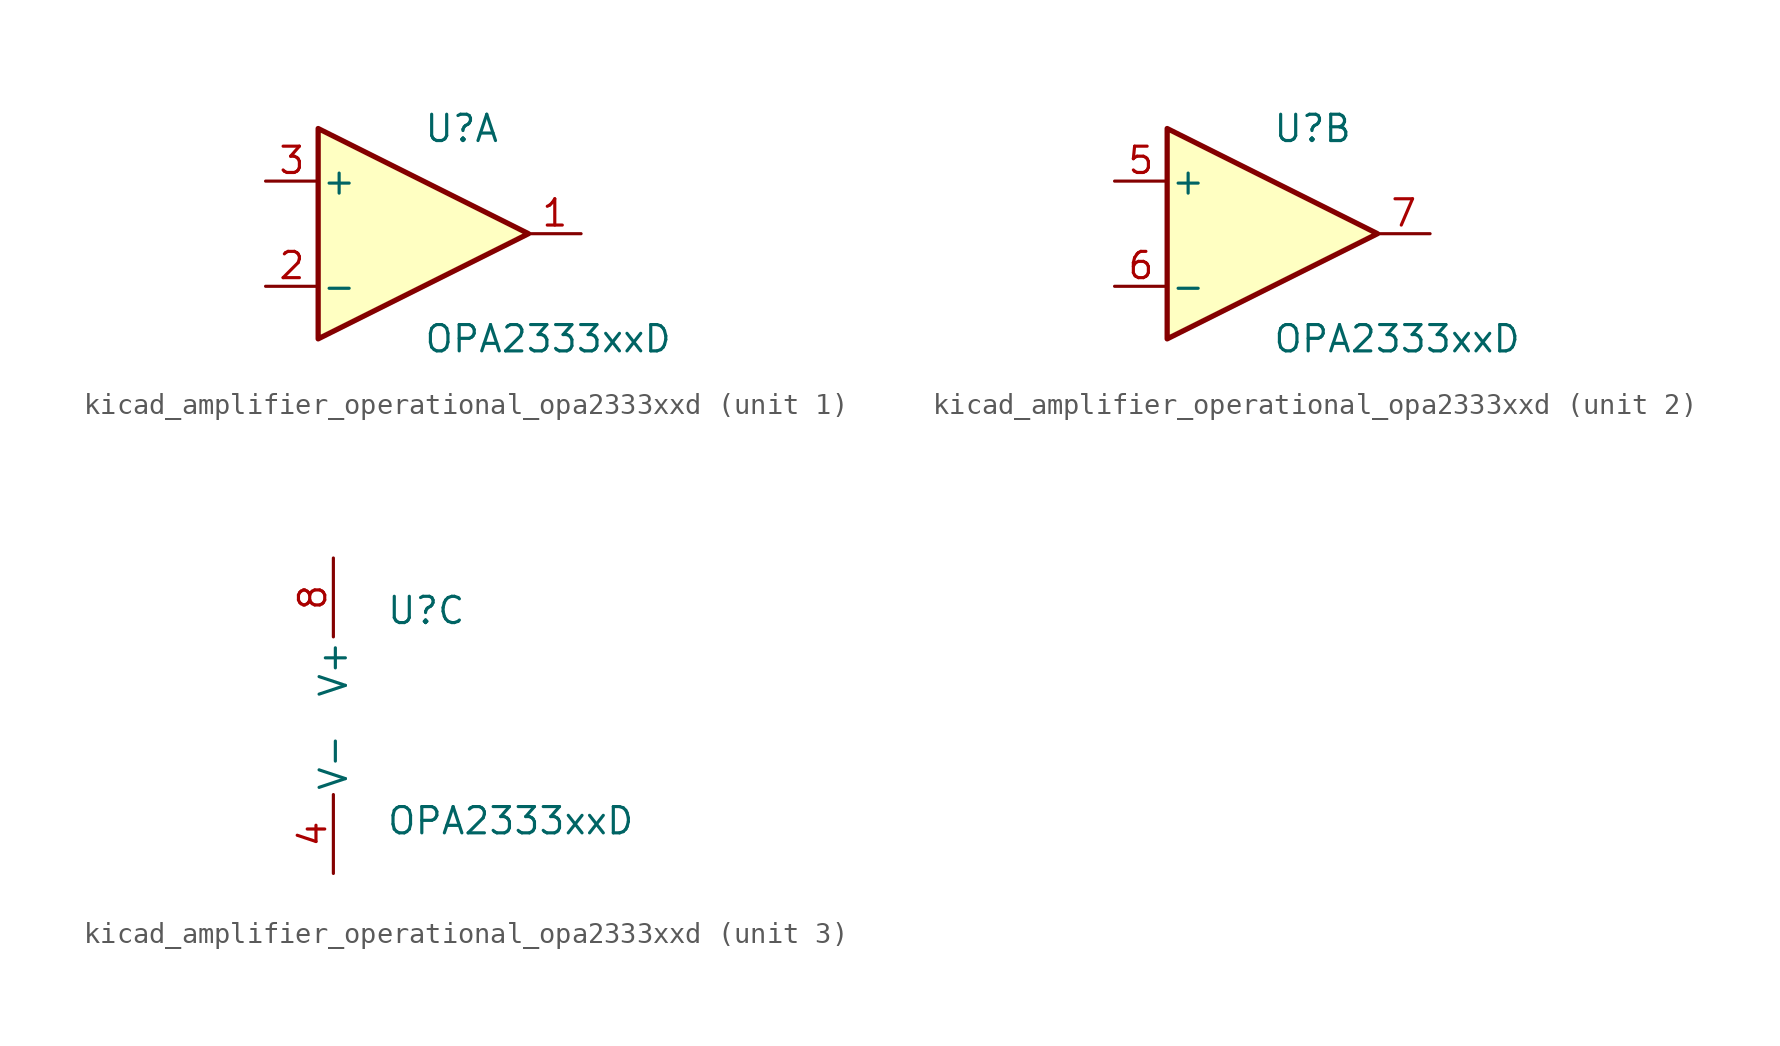
<source format=kicad_sym>
(kicad_symbol_lib
  (version 20220914)
  (generator kicad_symbol_editor)
  (symbol "kicad_amplifier_operational_opa2333xxd"
    (pin_names
      (offset 0.127))
    (property "Reference" "U"
      (at 0 5.08 0)
      (effects (font (size 1.27 1.27)) (justify left)))
    (property "Value" "OPA2333xxD"
      (at 0 -5.08 0)
      (effects (font (size 1.27 1.27)) (justify left)))
    (property "ki_locked" ""
      (at 0 0 0)
      (effects (font (size 1.27 1.27))))
    (symbol "kicad_amplifier_operational_opa2333xxd_1_1"
      (polyline (pts (xy -5.08 5.08) (xy 5.08 0) (xy -5.08 -5.08) (xy -5.08 5.08)) (stroke (width 0.254) (type default)) (fill (type background)))
      (pin output line (at 7.62 0 180) (length 2.54) (name "~" (effects (font (size 1.27 1.27)))) (number "1" (effects (font (size 1.27 1.27)))))
      (pin input line (at -7.62 -2.54 0) (length 2.54) (name "-" (effects (font (size 1.27 1.27)))) (number "2" (effects (font (size 1.27 1.27)))))
      (pin input line (at -7.62 2.54 0) (length 2.54) (name "+" (effects (font (size 1.27 1.27)))) (number "3" (effects (font (size 1.27 1.27))))))
    (symbol "kicad_amplifier_operational_opa2333xxd_2_1"
      (polyline (pts (xy -5.08 5.08) (xy 5.08 0) (xy -5.08 -5.08) (xy -5.08 5.08)) (stroke (width 0.254) (type default)) (fill (type background)))
      (pin input line (at -7.62 2.54 0) (length 2.54) (name "+" (effects (font (size 1.27 1.27)))) (number "5" (effects (font (size 1.27 1.27)))))
      (pin input line (at -7.62 -2.54 0) (length 2.54) (name "-" (effects (font (size 1.27 1.27)))) (number "6" (effects (font (size 1.27 1.27)))))
      (pin output line (at 7.62 0 180) (length 2.54) (name "~" (effects (font (size 1.27 1.27)))) (number "7" (effects (font (size 1.27 1.27))))))
    (symbol "kicad_amplifier_operational_opa2333xxd_3_1"
      (pin power_in line (at -2.54 -7.62 90) (length 3.81) (name "V-" (effects (font (size 1.27 1.27)))) (number "4" (effects (font (size 1.27 1.27)))))
      (pin power_in line (at -2.54 7.62 270) (length 3.81) (name "V+" (effects (font (size 1.27 1.27)))) (number "8" (effects (font (size 1.27 1.27))))))))
</source>
